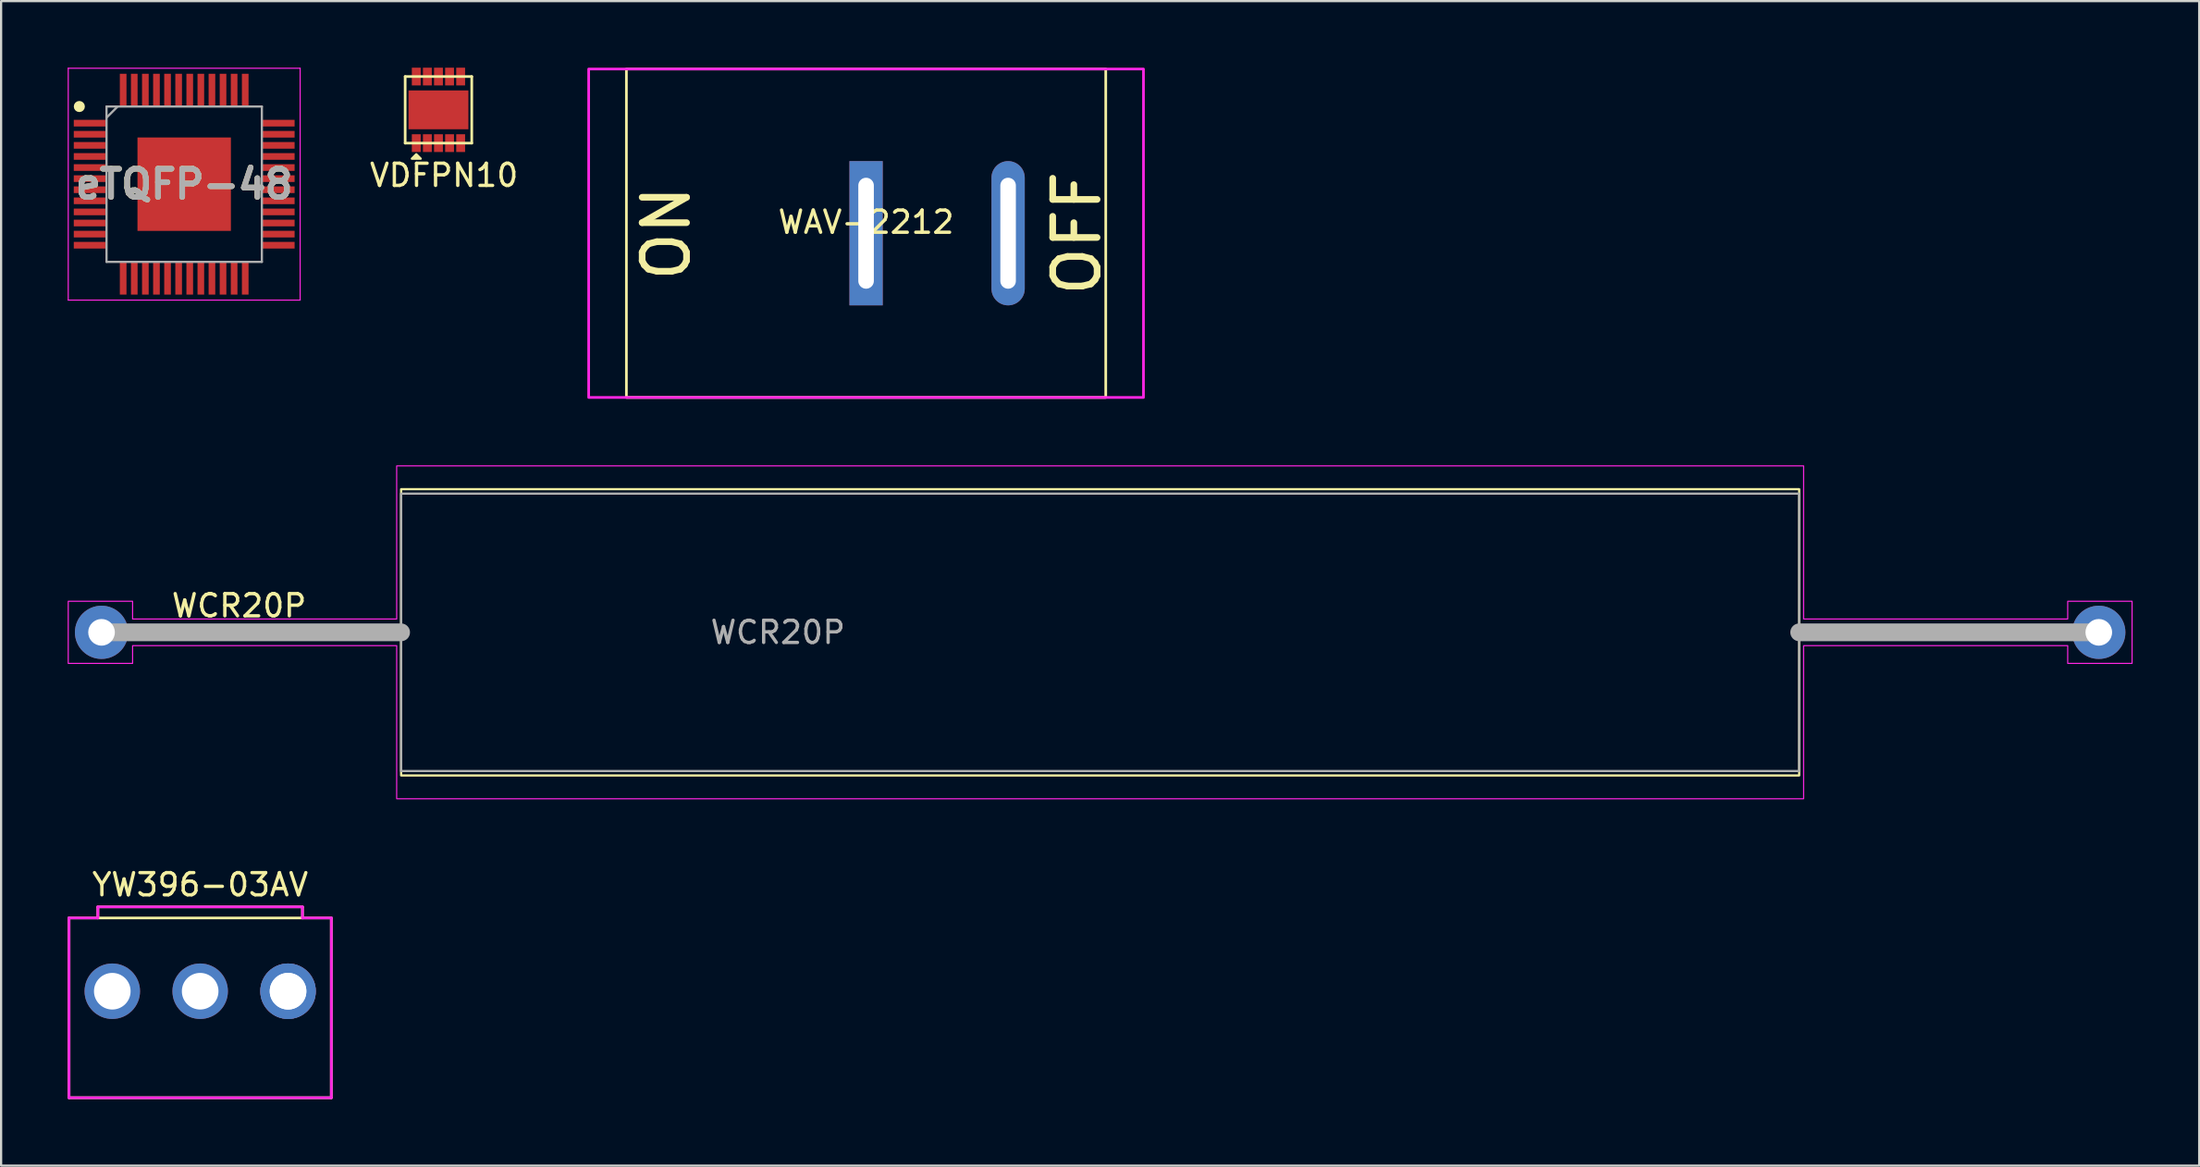
<source format=kicad_pcb>
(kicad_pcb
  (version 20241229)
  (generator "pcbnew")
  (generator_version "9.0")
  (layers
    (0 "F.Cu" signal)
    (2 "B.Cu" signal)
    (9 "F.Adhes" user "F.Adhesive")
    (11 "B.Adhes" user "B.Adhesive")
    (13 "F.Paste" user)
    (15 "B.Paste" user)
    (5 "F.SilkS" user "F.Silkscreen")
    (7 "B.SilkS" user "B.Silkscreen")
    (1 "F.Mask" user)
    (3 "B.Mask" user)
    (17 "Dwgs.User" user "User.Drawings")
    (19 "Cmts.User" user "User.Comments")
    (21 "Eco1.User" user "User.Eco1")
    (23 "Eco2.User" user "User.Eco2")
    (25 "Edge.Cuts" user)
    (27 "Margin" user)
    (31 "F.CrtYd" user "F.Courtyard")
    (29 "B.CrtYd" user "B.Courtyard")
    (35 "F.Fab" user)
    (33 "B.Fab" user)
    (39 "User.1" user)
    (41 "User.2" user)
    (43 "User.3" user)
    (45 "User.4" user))
  (footprint "WAV-2212"
    (layer "F.Cu")
    (at 35.977 7.46)
    (property "Reference" "WAV-2212" (at 0 -0.5 0) (unlocked yes) (layer "F.SilkS") (effects (font (size 1 1) (thickness 0.15))))
    (attr through_hole)
    (fp_rect (start -10.8 -7.4) (end 10.8 7.4) (stroke (width 0.12) (type solid)) (fill no) (layer "F.SilkS"))
    (fp_rect (start -12.5 -7.4) (end 12.5 7.4) (stroke (width 0.12) (type solid)) (fill no) (layer "F.CrtYd"))
    (fp_text user "ON" (at -9 0 90) (unlocked yes) (layer "F.SilkS") (effects (font (size 2 2) (thickness 0.3))))
    (fp_text user "OFF" (at 9.5 0 90) (unlocked yes) (layer "F.SilkS") (effects (font (size 2 2) (thickness 0.3))))
    (pad "1" thru_hole rect (at 0 0) (size 1.5 6.5) (drill oval 0.7 5) (layers "*.Cu" "*.Mask"))
    (pad "2" thru_hole oval (at 6.4 0) (size 1.5 6.5) (drill oval 0.7 5) (layers "*.Cu" "*.Mask")))
  (footprint "eTQFP-48"
    (layer "F.Cu")
    (at 5.25 5.25)
    (property "Reference" "eTQFP-48" (at 0 0 0) (layer "F.SilkS") (effects (font (size 1.27 1.27) (thickness 0.254))))
    (attr smd)
    (fp_circle (center -4.725 -3.5) (end -4.725 -3.375) (stroke (width 0.25) (type solid)) (fill no) (layer "F.SilkS"))
    (fp_line (start -5.225 -5.225) (end 5.225 -5.225) (stroke (width 0.05) (type solid)) (layer "F.CrtYd"))
    (fp_line (start -5.225 5.225) (end -5.225 -5.225) (stroke (width 0.05) (type solid)) (layer "F.CrtYd"))
    (fp_line (start 5.225 -5.225) (end 5.225 5.225) (stroke (width 0.05) (type solid)) (layer "F.CrtYd"))
    (fp_line (start 5.225 5.225) (end -5.225 5.225) (stroke (width 0.05) (type solid)) (layer "F.CrtYd"))
    (fp_line (start -3.5 -3.5) (end 3.5 -3.5) (stroke (width 0.1) (type solid)) (layer "F.Fab"))
    (fp_line (start -3.5 -3) (end -3 -3.5) (stroke (width 0.1) (type solid)) (layer "F.Fab"))
    (fp_line (start -3.5 3.5) (end -3.5 -3.5) (stroke (width 0.1) (type solid)) (layer "F.Fab"))
    (fp_line (start 3.5 -3.5) (end 3.5 3.5) (stroke (width 0.1) (type solid)) (layer "F.Fab"))
    (fp_line (start 3.5 3.5) (end -3.5 3.5) (stroke (width 0.1) (type solid)) (layer "F.Fab"))
    (fp_text user "${REFERENCE}" (at 0 0 0) (layer "F.Fab") (effects (font (size 1.27 1.27) (thickness 0.254))))
    (pad "1" smd rect (at -4.238 -2.75 90) (size 0.3 1.475) (layers "F.Cu" "F.Mask" "F.Paste"))
    (pad "2" smd rect (at -4.238 -2.25 90) (size 0.3 1.475) (layers "F.Cu" "F.Mask" "F.Paste"))
    (pad "3" smd rect (at -4.238 -1.75 90) (size 0.3 1.475) (layers "F.Cu" "F.Mask" "F.Paste"))
    (pad "4" smd rect (at -4.238 -1.25 90) (size 0.3 1.475) (layers "F.Cu" "F.Mask" "F.Paste"))
    (pad "5" smd rect (at -4.238 -0.75 90) (size 0.3 1.475) (layers "F.Cu" "F.Mask" "F.Paste"))
    (pad "6" smd rect (at -4.238 -0.25 90) (size 0.3 1.475) (layers "F.Cu" "F.Mask" "F.Paste"))
    (pad "7" smd rect (at -4.238 0.25 90) (size 0.3 1.475) (layers "F.Cu" "F.Mask" "F.Paste"))
    (pad "8" smd rect (at -4.238 0.75 90) (size 0.3 1.475) (layers "F.Cu" "F.Mask" "F.Paste"))
    (pad "9" smd rect (at -4.238 1.25 90) (size 0.3 1.475) (layers "F.Cu" "F.Mask" "F.Paste"))
    (pad "10" smd rect (at -4.238 1.75 90) (size 0.3 1.475) (layers "F.Cu" "F.Mask" "F.Paste"))
    (pad "11" smd rect (at -4.238 2.25 90) (size 0.3 1.475) (layers "F.Cu" "F.Mask" "F.Paste"))
    (pad "12" smd rect (at -4.238 2.75 90) (size 0.3 1.475) (layers "F.Cu" "F.Mask" "F.Paste"))
    (pad "13" smd rect (at -2.75 4.238) (size 0.3 1.475) (layers "F.Cu" "F.Mask" "F.Paste"))
    (pad "14" smd rect (at -2.25 4.238) (size 0.3 1.475) (layers "F.Cu" "F.Mask" "F.Paste"))
    (pad "15" smd rect (at -1.75 4.238) (size 0.3 1.475) (layers "F.Cu" "F.Mask" "F.Paste"))
    (pad "16" smd rect (at -1.25 4.238) (size 0.3 1.475) (layers "F.Cu" "F.Mask" "F.Paste"))
    (pad "17" smd rect (at -0.75 4.238) (size 0.3 1.475) (layers "F.Cu" "F.Mask" "F.Paste"))
    (pad "18" smd rect (at -0.25 4.238) (size 0.3 1.475) (layers "F.Cu" "F.Mask" "F.Paste"))
    (pad "19" smd rect (at 0.25 4.238) (size 0.3 1.475) (layers "F.Cu" "F.Mask" "F.Paste"))
    (pad "20" smd rect (at 0.75 4.238) (size 0.3 1.475) (layers "F.Cu" "F.Mask" "F.Paste"))
    (pad "21" smd rect (at 1.25 4.238) (size 0.3 1.475) (layers "F.Cu" "F.Mask" "F.Paste"))
    (pad "22" smd rect (at 1.75 4.238) (size 0.3 1.475) (layers "F.Cu" "F.Mask" "F.Paste"))
    (pad "23" smd rect (at 2.25 4.238) (size 0.3 1.475) (layers "F.Cu" "F.Mask" "F.Paste"))
    (pad "24" smd rect (at 2.75 4.238) (size 0.3 1.475) (layers "F.Cu" "F.Mask" "F.Paste"))
    (pad "25" smd rect (at 4.238 2.75 90) (size 0.3 1.475) (layers "F.Cu" "F.Mask" "F.Paste"))
    (pad "26" smd rect (at 4.238 2.25 90) (size 0.3 1.475) (layers "F.Cu" "F.Mask" "F.Paste"))
    (pad "27" smd rect (at 4.238 1.75 90) (size 0.3 1.475) (layers "F.Cu" "F.Mask" "F.Paste"))
    (pad "28" smd rect (at 4.238 1.25 90) (size 0.3 1.475) (layers "F.Cu" "F.Mask" "F.Paste"))
    (pad "29" smd rect (at 4.238 0.75 90) (size 0.3 1.475) (layers "F.Cu" "F.Mask" "F.Paste"))
    (pad "30" smd rect (at 4.238 0.25 90) (size 0.3 1.475) (layers "F.Cu" "F.Mask" "F.Paste"))
    (pad "31" smd rect (at 4.238 -0.25 90) (size 0.3 1.475) (layers "F.Cu" "F.Mask" "F.Paste"))
    (pad "32" smd rect (at 4.238 -0.75 90) (size 0.3 1.475) (layers "F.Cu" "F.Mask" "F.Paste"))
    (pad "33" smd rect (at 4.238 -1.25 90) (size 0.3 1.475) (layers "F.Cu" "F.Mask" "F.Paste"))
    (pad "34" smd rect (at 4.238 -1.75 90) (size 0.3 1.475) (layers "F.Cu" "F.Mask" "F.Paste"))
    (pad "35" smd rect (at 4.238 -2.25 90) (size 0.3 1.475) (layers "F.Cu" "F.Mask" "F.Paste"))
    (pad "36" smd rect (at 4.238 -2.75 90) (size 0.3 1.475) (layers "F.Cu" "F.Mask" "F.Paste"))
    (pad "37" smd rect (at 2.75 -4.238) (size 0.3 1.475) (layers "F.Cu" "F.Mask" "F.Paste"))
    (pad "38" smd rect (at 2.25 -4.238) (size 0.3 1.475) (layers "F.Cu" "F.Mask" "F.Paste"))
    (pad "39" smd rect (at 1.75 -4.238) (size 0.3 1.475) (layers "F.Cu" "F.Mask" "F.Paste"))
    (pad "40" smd rect (at 1.25 -4.238) (size 0.3 1.475) (layers "F.Cu" "F.Mask" "F.Paste"))
    (pad "41" smd rect (at 0.75 -4.238) (size 0.3 1.475) (layers "F.Cu" "F.Mask" "F.Paste"))
    (pad "42" smd rect (at 0.25 -4.238) (size 0.3 1.475) (layers "F.Cu" "F.Mask" "F.Paste"))
    (pad "43" smd rect (at -0.25 -4.238) (size 0.3 1.475) (layers "F.Cu" "F.Mask" "F.Paste"))
    (pad "44" smd rect (at -0.75 -4.238) (size 0.3 1.475) (layers "F.Cu" "F.Mask" "F.Paste"))
    (pad "45" smd rect (at -1.25 -4.238) (size 0.3 1.475) (layers "F.Cu" "F.Mask" "F.Paste"))
    (pad "46" smd rect (at -1.75 -4.238) (size 0.3 1.475) (layers "F.Cu" "F.Mask" "F.Paste"))
    (pad "47" smd rect (at -2.25 -4.238) (size 0.3 1.475) (layers "F.Cu" "F.Mask" "F.Paste"))
    (pad "48" smd rect (at -2.75 -4.238) (size 0.3 1.475) (layers "F.Cu" "F.Mask" "F.Paste"))
    (pad "49" smd rect (at 0 0) (size 4.21 4.21) (layers "F.Cu" "F.Mask" "F.Paste")))
  (footprint "WCR20P"
    (layer "F.Cu")
    (at 1.525 25.445)
    (property "Reference" "WCR20P" (at 6.2 -1.2 0) (layer "F.SilkS") (effects (font (size 1 1) (thickness 0.15))))
    (attr through_hole)
    (fp_line (start 1.44 0) (end 13.5 0) (stroke (width 0.12) (type solid)) (layer "F.SilkS"))
    (fp_line (start 88.56 0) (end 76.5 0) (stroke (width 0.12) (type solid)) (layer "F.SilkS"))
    (fp_rect (start 13.5 -6.45) (end 76.5 6.45) (stroke (width 0.1) (type default)) (fill no) (layer "F.SilkS"))
    (fp_poly (pts (xy 13.3 -7.5) (xy 76.7 -7.5) (xy 76.7 -0.6) (xy 88.6 -0.6) (xy 88.6 -1.4) (xy 91.5 -1.4) (xy 91.5 1.4) (xy 88.6 1.4) (xy 88.6 0.6) (xy 76.7 0.6) (xy 76.7 7.5) (xy 13.3 7.5) (xy 13.3 0.6) (xy 1.4 0.6) (xy 1.4 1.4) (xy -1.5 1.4) (xy -1.5 -1.4) (xy 1.4 -1.4) (xy 1.4 -0.6) (xy 13.3 -0.6)) (stroke (width 0.05) (type solid)) (fill no) (layer "F.CrtYd"))
    (fp_line (start 0 0) (end 13.5 0) (stroke (width 0.8) (type solid)) (layer "F.Fab"))
    (fp_line (start 90 0) (end 76.5 0) (stroke (width 0.8) (type solid)) (layer "F.Fab"))
    (fp_rect (start 13.5 -6.25) (end 76.5 6.25) (stroke (width 0.1) (type default)) (fill no) (layer "F.Fab"))
    (fp_text user "${REFERENCE}" (at 30.48 0 0) (layer "F.Fab") (effects (font (size 1 1) (thickness 0.15))))
    (pad "1" thru_hole circle (at 0 0) (size 2.4 2.4) (drill 1.2) (layers "*.Cu" "*.Mask"))
    (pad "2" thru_hole oval (at 90 0) (size 2.4 2.4) (drill 1.2) (layers "*.Cu" "*.Mask")))
  (footprint "YW396-03AV"
    (layer "F.Cu")
    (at 5.97 41.618)
    (property "Reference" "YW396-03AV" (at 0 -4.8 0) (layer "F.SilkS") (effects (font (size 1 1) (thickness 0.15))))
    (attr through_hole)
    (fp_line (start -5.91 -3.3) (end -5.91 4.8) (stroke (width 0.12) (type solid)) (layer "F.SilkS"))
    (fp_line (start -5.91 -3.3) (end 5.91 -3.3) (stroke (width 0.12) (type solid)) (layer "F.SilkS"))
    (fp_line (start -4.61 -3.8) (end -4.61 -3.3) (stroke (width 0.12) (type solid)) (layer "F.SilkS"))
    (fp_line (start -4.61 -3.8) (end 4.61 -3.8) (stroke (width 0.12) (type solid)) (layer "F.SilkS"))
    (fp_line (start 4.61 -3.8) (end 4.61 -3.3) (stroke (width 0.12) (type solid)) (layer "F.SilkS"))
    (fp_line (start 5.91 -3.3) (end 5.91 4.8) (stroke (width 0.12) (type solid)) (layer "F.SilkS"))
    (fp_line (start 5.91 4.8) (end -5.91 4.8) (stroke (width 0.12) (type solid)) (layer "F.SilkS"))
    (fp_line (start -5.91 -3.3) (end -5.91 4.8) (stroke (width 0.12) (type solid)) (layer "F.CrtYd"))
    (fp_line (start -5.91 -3.3) (end -4.61 -3.3) (stroke (width 0.12) (type solid)) (layer "F.CrtYd"))
    (fp_line (start -4.61 -3.8) (end -4.61 -3.3) (stroke (width 0.12) (type solid)) (layer "F.CrtYd"))
    (fp_line (start -4.61 -3.8) (end 4.61 -3.8) (stroke (width 0.12) (type solid)) (layer "F.CrtYd"))
    (fp_line (start 4.61 -3.8) (end 4.61 -3.3) (stroke (width 0.12) (type solid)) (layer "F.CrtYd"))
    (fp_line (start 4.61 -3.3) (end 5.91 -3.3) (stroke (width 0.12) (type solid)) (layer "F.CrtYd"))
    (fp_line (start 5.91 -3.3) (end 5.91 4.8) (stroke (width 0.12) (type solid)) (layer "F.CrtYd"))
    (fp_line (start 5.91 4.8) (end -5.91 4.8) (stroke (width 0.12) (type solid)) (layer "F.CrtYd"))
    (pad "1" thru_hole circle (at -3.96 0) (size 2.5 2.5) (drill 1.65) (layers "*.Cu" "*.Mask"))
    (pad "2" thru_hole circle (at 0 0) (size 2.5 2.5) (drill 1.65) (layers "*.Cu" "*.Mask"))
    (pad "3" thru_hole circle (at 3.96 0) (size 2.5 2.5) (drill 1.65) (layers "*.Cu" "*.Mask"))
    (pad "3" thru_hole circle (at 3.96 0) (size 2.5 2.5) (drill 1.65) (layers "*.Cu" "*.Mask")))
  (footprint "VDFPN10"
    (layer "F.Cu")
    (at 16.708 1.9)
    (property "Reference" "VDFPN10" (at 0.25 2.95 0) (layer "F.SilkS") (effects (font (size 1 1) (thickness 0.15))))
    (attr through_hole)
    (fp_line (start -1.5 -1.5) (end -1.5 1.5) (stroke (width 0.12) (type solid)) (layer "F.SilkS"))
    (fp_line (start -1.5 1.5) (end 1.5 1.5) (stroke (width 0.12) (type solid)) (layer "F.SilkS"))
    (fp_line (start 1.5 -1.5) (end -1.5 -1.5) (stroke (width 0.12) (type solid)) (layer "F.SilkS"))
    (fp_line (start 1.5 1.5) (end 1.5 -1.5) (stroke (width 0.12) (type solid)) (layer "F.SilkS"))
    (fp_poly (pts (xy -0.8 2.2) (xy -1.2 2.2) (xy -1 2)) (stroke (width 0.1) (type solid)) (fill yes) (layer "F.SilkS"))
    (pad "1" smd rect (at -1 1.5) (size 0.4 0.8) (layers "F.Cu" "F.Mask" "F.Paste"))
    (pad "2" smd rect (at -0.5 1.5) (size 0.4 0.8) (layers "F.Cu" "F.Mask" "F.Paste"))
    (pad "3" smd rect (at 0 1.5) (size 0.4 0.8) (layers "F.Cu" "F.Mask" "F.Paste"))
    (pad "4" smd rect (at 0.5 1.5) (size 0.4 0.8) (layers "F.Cu" "F.Mask" "F.Paste"))
    (pad "5" smd rect (at 1 1.5) (size 0.4 0.8) (layers "F.Cu" "F.Mask" "F.Paste"))
    (pad "6" smd rect (at 1 -1.5) (size 0.4 0.8) (layers "F.Cu" "F.Mask" "F.Paste"))
    (pad "7" smd rect (at 0.5 -1.5) (size 0.4 0.8) (layers "F.Cu" "F.Mask" "F.Paste"))
    (pad "8" smd rect (at 0 -1.5) (size 0.4 0.8) (layers "F.Cu" "F.Mask" "F.Paste"))
    (pad "9" smd rect (at -0.5 -1.5) (size 0.4 0.8) (layers "F.Cu" "F.Mask" "F.Paste"))
    (pad "10" smd rect (at -1 -1.5) (size 0.4 0.8) (layers "F.Cu" "F.Mask" "F.Paste"))
    (pad "11" smd rect (at 0 0) (size 2.7 1.75) (layers "F.Cu" "F.Mask" "F.Paste")))
  (gr_rect
    (start -3 -3)
    (end 96.05 49.478)
    (stroke (width 0.1) (type default))
    (fill no)
    (layer "Edge.Cuts")))
</source>
